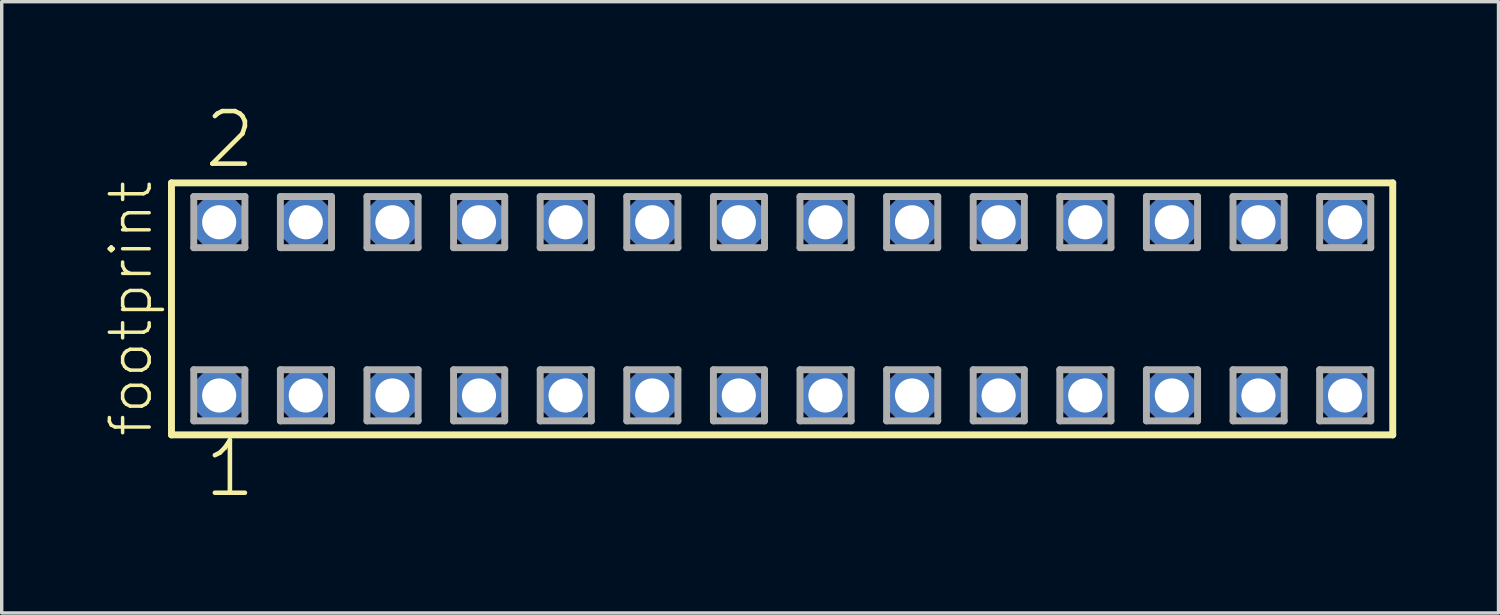
<source format=kicad_pcb>
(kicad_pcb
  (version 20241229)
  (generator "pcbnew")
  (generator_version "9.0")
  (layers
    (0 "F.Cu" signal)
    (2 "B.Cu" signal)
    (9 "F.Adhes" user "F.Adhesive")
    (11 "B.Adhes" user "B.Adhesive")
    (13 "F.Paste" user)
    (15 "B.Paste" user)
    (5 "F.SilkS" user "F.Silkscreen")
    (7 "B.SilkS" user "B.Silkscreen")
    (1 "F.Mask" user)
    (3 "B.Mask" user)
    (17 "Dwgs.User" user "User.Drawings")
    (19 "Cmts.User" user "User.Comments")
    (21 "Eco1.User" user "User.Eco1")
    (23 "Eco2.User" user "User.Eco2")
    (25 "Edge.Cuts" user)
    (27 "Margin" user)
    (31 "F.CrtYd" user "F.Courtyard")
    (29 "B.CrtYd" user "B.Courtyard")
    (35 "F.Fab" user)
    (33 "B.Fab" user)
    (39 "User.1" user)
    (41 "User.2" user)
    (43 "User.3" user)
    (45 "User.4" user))
  (footprint "footprint"
    (layer "F.Cu")
    (at 19.888 6.009)
    (property "Reference" "footprint" (at -18.415 3.81 90) (layer "F.SilkS") (effects (font (size 1.168 1.168) (thickness 0.102)) (justify left bottom)))
    (fp_line (start -17.909 -3.695) (end 17.909 -3.695) (stroke (width 0.203) (type solid)) (layer "F.SilkS"))
    (fp_line (start -17.909 3.695) (end -17.909 -3.695) (stroke (width 0.203) (type solid)) (layer "F.SilkS"))
    (fp_line (start 17.909 -3.695) (end 17.909 3.695) (stroke (width 0.203) (type solid)) (layer "F.SilkS"))
    (fp_line (start 17.909 3.695) (end -17.909 3.695) (stroke (width 0.203) (type solid)) (layer "F.SilkS"))
    (fp_line (start -17.255 -3.295) (end -15.755 -3.295) (stroke (width 0.203) (type solid)) (layer "F.Fab"))
    (fp_line (start -17.255 -1.795) (end -17.255 -3.295) (stroke (width 0.203) (type solid)) (layer "F.Fab"))
    (fp_line (start -17.255 1.785) (end -15.755 1.785) (stroke (width 0.203) (type solid)) (layer "F.Fab"))
    (fp_line (start -17.255 3.285) (end -17.255 1.785) (stroke (width 0.203) (type solid)) (layer "F.Fab"))
    (fp_line (start -15.755 -3.295) (end -15.755 -1.795) (stroke (width 0.203) (type solid)) (layer "F.Fab"))
    (fp_line (start -15.755 -1.795) (end -17.255 -1.795) (stroke (width 0.203) (type solid)) (layer "F.Fab"))
    (fp_line (start -15.755 1.785) (end -15.755 3.285) (stroke (width 0.203) (type solid)) (layer "F.Fab"))
    (fp_line (start -15.755 3.285) (end -17.255 3.285) (stroke (width 0.203) (type solid)) (layer "F.Fab"))
    (fp_line (start -14.715 -3.295) (end -13.215 -3.295) (stroke (width 0.203) (type solid)) (layer "F.Fab"))
    (fp_line (start -14.715 -1.795) (end -14.715 -3.295) (stroke (width 0.203) (type solid)) (layer "F.Fab"))
    (fp_line (start -14.715 1.785) (end -13.215 1.785) (stroke (width 0.203) (type solid)) (layer "F.Fab"))
    (fp_line (start -14.715 3.285) (end -14.715 1.785) (stroke (width 0.203) (type solid)) (layer "F.Fab"))
    (fp_line (start -13.215 -3.295) (end -13.215 -1.795) (stroke (width 0.203) (type solid)) (layer "F.Fab"))
    (fp_line (start -13.215 -1.795) (end -14.715 -1.795) (stroke (width 0.203) (type solid)) (layer "F.Fab"))
    (fp_line (start -13.215 1.785) (end -13.215 3.285) (stroke (width 0.203) (type solid)) (layer "F.Fab"))
    (fp_line (start -13.215 3.285) (end -14.715 3.285) (stroke (width 0.203) (type solid)) (layer "F.Fab"))
    (fp_line (start -12.175 -3.295) (end -10.675 -3.295) (stroke (width 0.203) (type solid)) (layer "F.Fab"))
    (fp_line (start -12.175 -1.795) (end -12.175 -3.295) (stroke (width 0.203) (type solid)) (layer "F.Fab"))
    (fp_line (start -12.175 1.785) (end -10.675 1.785) (stroke (width 0.203) (type solid)) (layer "F.Fab"))
    (fp_line (start -12.175 3.285) (end -12.175 1.785) (stroke (width 0.203) (type solid)) (layer "F.Fab"))
    (fp_line (start -10.675 -3.295) (end -10.675 -1.795) (stroke (width 0.203) (type solid)) (layer "F.Fab"))
    (fp_line (start -10.675 -1.795) (end -12.175 -1.795) (stroke (width 0.203) (type solid)) (layer "F.Fab"))
    (fp_line (start -10.675 1.785) (end -10.675 3.285) (stroke (width 0.203) (type solid)) (layer "F.Fab"))
    (fp_line (start -10.675 3.285) (end -12.175 3.285) (stroke (width 0.203) (type solid)) (layer "F.Fab"))
    (fp_line (start -9.635 -3.295) (end -8.135 -3.295) (stroke (width 0.203) (type solid)) (layer "F.Fab"))
    (fp_line (start -9.635 -1.795) (end -9.635 -3.295) (stroke (width 0.203) (type solid)) (layer "F.Fab"))
    (fp_line (start -9.635 1.785) (end -8.135 1.785) (stroke (width 0.203) (type solid)) (layer "F.Fab"))
    (fp_line (start -9.635 3.285) (end -9.635 1.785) (stroke (width 0.203) (type solid)) (layer "F.Fab"))
    (fp_line (start -8.135 -3.295) (end -8.135 -1.795) (stroke (width 0.203) (type solid)) (layer "F.Fab"))
    (fp_line (start -8.135 -1.795) (end -9.635 -1.795) (stroke (width 0.203) (type solid)) (layer "F.Fab"))
    (fp_line (start -8.135 1.785) (end -8.135 3.285) (stroke (width 0.203) (type solid)) (layer "F.Fab"))
    (fp_line (start -8.135 3.285) (end -9.635 3.285) (stroke (width 0.203) (type solid)) (layer "F.Fab"))
    (fp_line (start -7.095 -3.295) (end -5.595 -3.295) (stroke (width 0.203) (type solid)) (layer "F.Fab"))
    (fp_line (start -7.095 -1.795) (end -7.095 -3.295) (stroke (width 0.203) (type solid)) (layer "F.Fab"))
    (fp_line (start -7.095 1.785) (end -5.595 1.785) (stroke (width 0.203) (type solid)) (layer "F.Fab"))
    (fp_line (start -7.095 3.285) (end -7.095 1.785) (stroke (width 0.203) (type solid)) (layer "F.Fab"))
    (fp_line (start -5.595 -3.295) (end -5.595 -1.795) (stroke (width 0.203) (type solid)) (layer "F.Fab"))
    (fp_line (start -5.595 -1.795) (end -7.095 -1.795) (stroke (width 0.203) (type solid)) (layer "F.Fab"))
    (fp_line (start -5.595 1.785) (end -5.595 3.285) (stroke (width 0.203) (type solid)) (layer "F.Fab"))
    (fp_line (start -5.595 3.285) (end -7.095 3.285) (stroke (width 0.203) (type solid)) (layer "F.Fab"))
    (fp_line (start -4.555 -3.295) (end -3.055 -3.295) (stroke (width 0.203) (type solid)) (layer "F.Fab"))
    (fp_line (start -4.555 -1.795) (end -4.555 -3.295) (stroke (width 0.203) (type solid)) (layer "F.Fab"))
    (fp_line (start -4.555 1.785) (end -3.055 1.785) (stroke (width 0.203) (type solid)) (layer "F.Fab"))
    (fp_line (start -4.555 3.285) (end -4.555 1.785) (stroke (width 0.203) (type solid)) (layer "F.Fab"))
    (fp_line (start -3.055 -3.295) (end -3.055 -1.795) (stroke (width 0.203) (type solid)) (layer "F.Fab"))
    (fp_line (start -3.055 -1.795) (end -4.555 -1.795) (stroke (width 0.203) (type solid)) (layer "F.Fab"))
    (fp_line (start -3.055 1.785) (end -3.055 3.285) (stroke (width 0.203) (type solid)) (layer "F.Fab"))
    (fp_line (start -3.055 3.285) (end -4.555 3.285) (stroke (width 0.203) (type solid)) (layer "F.Fab"))
    (fp_line (start -2.015 -3.295) (end -0.515 -3.295) (stroke (width 0.203) (type solid)) (layer "F.Fab"))
    (fp_line (start -2.015 -1.795) (end -2.015 -3.295) (stroke (width 0.203) (type solid)) (layer "F.Fab"))
    (fp_line (start -2.015 1.785) (end -0.515 1.785) (stroke (width 0.203) (type solid)) (layer "F.Fab"))
    (fp_line (start -2.015 3.285) (end -2.015 1.785) (stroke (width 0.203) (type solid)) (layer "F.Fab"))
    (fp_line (start -0.515 -3.295) (end -0.515 -1.795) (stroke (width 0.203) (type solid)) (layer "F.Fab"))
    (fp_line (start -0.515 -1.795) (end -2.015 -1.795) (stroke (width 0.203) (type solid)) (layer "F.Fab"))
    (fp_line (start -0.515 1.785) (end -0.515 3.285) (stroke (width 0.203) (type solid)) (layer "F.Fab"))
    (fp_line (start -0.515 3.285) (end -2.015 3.285) (stroke (width 0.203) (type solid)) (layer "F.Fab"))
    (fp_line (start 0.525 -3.295) (end 2.025 -3.295) (stroke (width 0.203) (type solid)) (layer "F.Fab"))
    (fp_line (start 0.525 -1.795) (end 0.525 -3.295) (stroke (width 0.203) (type solid)) (layer "F.Fab"))
    (fp_line (start 0.525 1.785) (end 2.025 1.785) (stroke (width 0.203) (type solid)) (layer "F.Fab"))
    (fp_line (start 0.525 3.285) (end 0.525 1.785) (stroke (width 0.203) (type solid)) (layer "F.Fab"))
    (fp_line (start 2.025 -3.295) (end 2.025 -1.795) (stroke (width 0.203) (type solid)) (layer "F.Fab"))
    (fp_line (start 2.025 -1.795) (end 0.525 -1.795) (stroke (width 0.203) (type solid)) (layer "F.Fab"))
    (fp_line (start 2.025 1.785) (end 2.025 3.285) (stroke (width 0.203) (type solid)) (layer "F.Fab"))
    (fp_line (start 2.025 3.285) (end 0.525 3.285) (stroke (width 0.203) (type solid)) (layer "F.Fab"))
    (fp_line (start 3.065 -3.295) (end 4.565 -3.295) (stroke (width 0.203) (type solid)) (layer "F.Fab"))
    (fp_line (start 3.065 -1.795) (end 3.065 -3.295) (stroke (width 0.203) (type solid)) (layer "F.Fab"))
    (fp_line (start 3.065 1.785) (end 4.565 1.785) (stroke (width 0.203) (type solid)) (layer "F.Fab"))
    (fp_line (start 3.065 3.285) (end 3.065 1.785) (stroke (width 0.203) (type solid)) (layer "F.Fab"))
    (fp_line (start 4.565 -3.295) (end 4.565 -1.795) (stroke (width 0.203) (type solid)) (layer "F.Fab"))
    (fp_line (start 4.565 -1.795) (end 3.065 -1.795) (stroke (width 0.203) (type solid)) (layer "F.Fab"))
    (fp_line (start 4.565 1.785) (end 4.565 3.285) (stroke (width 0.203) (type solid)) (layer "F.Fab"))
    (fp_line (start 4.565 3.285) (end 3.065 3.285) (stroke (width 0.203) (type solid)) (layer "F.Fab"))
    (fp_line (start 5.605 -3.295) (end 7.105 -3.295) (stroke (width 0.203) (type solid)) (layer "F.Fab"))
    (fp_line (start 5.605 -1.795) (end 5.605 -3.295) (stroke (width 0.203) (type solid)) (layer "F.Fab"))
    (fp_line (start 5.605 1.785) (end 7.105 1.785) (stroke (width 0.203) (type solid)) (layer "F.Fab"))
    (fp_line (start 5.605 3.285) (end 5.605 1.785) (stroke (width 0.203) (type solid)) (layer "F.Fab"))
    (fp_line (start 7.105 -3.295) (end 7.105 -1.795) (stroke (width 0.203) (type solid)) (layer "F.Fab"))
    (fp_line (start 7.105 -1.795) (end 5.605 -1.795) (stroke (width 0.203) (type solid)) (layer "F.Fab"))
    (fp_line (start 7.105 1.785) (end 7.105 3.285) (stroke (width 0.203) (type solid)) (layer "F.Fab"))
    (fp_line (start 7.105 3.285) (end 5.605 3.285) (stroke (width 0.203) (type solid)) (layer "F.Fab"))
    (fp_line (start 8.145 -3.295) (end 9.645 -3.295) (stroke (width 0.203) (type solid)) (layer "F.Fab"))
    (fp_line (start 8.145 -1.795) (end 8.145 -3.295) (stroke (width 0.203) (type solid)) (layer "F.Fab"))
    (fp_line (start 8.145 1.785) (end 9.645 1.785) (stroke (width 0.203) (type solid)) (layer "F.Fab"))
    (fp_line (start 8.145 3.285) (end 8.145 1.785) (stroke (width 0.203) (type solid)) (layer "F.Fab"))
    (fp_line (start 9.645 -3.295) (end 9.645 -1.795) (stroke (width 0.203) (type solid)) (layer "F.Fab"))
    (fp_line (start 9.645 -1.795) (end 8.145 -1.795) (stroke (width 0.203) (type solid)) (layer "F.Fab"))
    (fp_line (start 9.645 1.785) (end 9.645 3.285) (stroke (width 0.203) (type solid)) (layer "F.Fab"))
    (fp_line (start 9.645 3.285) (end 8.145 3.285) (stroke (width 0.203) (type solid)) (layer "F.Fab"))
    (fp_line (start 10.685 -3.295) (end 12.185 -3.295) (stroke (width 0.203) (type solid)) (layer "F.Fab"))
    (fp_line (start 10.685 -1.795) (end 10.685 -3.295) (stroke (width 0.203) (type solid)) (layer "F.Fab"))
    (fp_line (start 10.685 1.785) (end 12.185 1.785) (stroke (width 0.203) (type solid)) (layer "F.Fab"))
    (fp_line (start 10.685 3.285) (end 10.685 1.785) (stroke (width 0.203) (type solid)) (layer "F.Fab"))
    (fp_line (start 12.185 -3.295) (end 12.185 -1.795) (stroke (width 0.203) (type solid)) (layer "F.Fab"))
    (fp_line (start 12.185 -1.795) (end 10.685 -1.795) (stroke (width 0.203) (type solid)) (layer "F.Fab"))
    (fp_line (start 12.185 1.785) (end 12.185 3.285) (stroke (width 0.203) (type solid)) (layer "F.Fab"))
    (fp_line (start 12.185 3.285) (end 10.685 3.285) (stroke (width 0.203) (type solid)) (layer "F.Fab"))
    (fp_line (start 13.225 -3.295) (end 14.725 -3.295) (stroke (width 0.203) (type solid)) (layer "F.Fab"))
    (fp_line (start 13.225 -1.795) (end 13.225 -3.295) (stroke (width 0.203) (type solid)) (layer "F.Fab"))
    (fp_line (start 13.225 1.785) (end 14.725 1.785) (stroke (width 0.203) (type solid)) (layer "F.Fab"))
    (fp_line (start 13.225 3.285) (end 13.225 1.785) (stroke (width 0.203) (type solid)) (layer "F.Fab"))
    (fp_line (start 14.725 -3.295) (end 14.725 -1.795) (stroke (width 0.203) (type solid)) (layer "F.Fab"))
    (fp_line (start 14.725 -1.795) (end 13.225 -1.795) (stroke (width 0.203) (type solid)) (layer "F.Fab"))
    (fp_line (start 14.725 1.785) (end 14.725 3.285) (stroke (width 0.203) (type solid)) (layer "F.Fab"))
    (fp_line (start 14.725 3.285) (end 13.225 3.285) (stroke (width 0.203) (type solid)) (layer "F.Fab"))
    (fp_line (start 15.765 -3.295) (end 17.265 -3.295) (stroke (width 0.203) (type solid)) (layer "F.Fab"))
    (fp_line (start 15.765 -1.795) (end 15.765 -3.295) (stroke (width 0.203) (type solid)) (layer "F.Fab"))
    (fp_line (start 15.765 1.785) (end 17.265 1.785) (stroke (width 0.203) (type solid)) (layer "F.Fab"))
    (fp_line (start 15.765 3.285) (end 15.765 1.785) (stroke (width 0.203) (type solid)) (layer "F.Fab"))
    (fp_line (start 17.265 -3.295) (end 17.265 -1.795) (stroke (width 0.203) (type solid)) (layer "F.Fab"))
    (fp_line (start 17.265 -1.795) (end 15.765 -1.795) (stroke (width 0.203) (type solid)) (layer "F.Fab"))
    (fp_line (start 17.265 1.785) (end 17.265 3.285) (stroke (width 0.203) (type solid)) (layer "F.Fab"))
    (fp_line (start 17.265 3.285) (end 15.765 3.285) (stroke (width 0.203) (type solid)) (layer "F.Fab"))
    (fp_text user "2" (at -17.018 -4.064 0) (layer "F.SilkS") (effects (font (size 1.542 1.542) (thickness 0.134)) (justify left bottom)))
    (fp_text user "1" (at -17.018 5.588 0) (layer "F.SilkS") (effects (font (size 1.542 1.542) (thickness 0.134)) (justify left bottom)))
    (pad "1" thru_hole roundrect (at -16.51 2.54) (size 1.5 1.5) (drill 1) (layers "*.Cu" "*.Mask") (roundrect_rratio 0.25) (chamfer_ratio 0.25) (chamfer top_left top_right bottom_left bottom_right))
    (pad "2" thru_hole roundrect (at -16.51 -2.54) (size 1.5 1.5) (drill 1) (layers "*.Cu" "*.Mask") (roundrect_rratio 0.25) (chamfer_ratio 0.25) (chamfer top_left top_right bottom_left bottom_right))
    (pad "3" thru_hole roundrect (at -13.97 2.54) (size 1.5 1.5) (drill 1) (layers "*.Cu" "*.Mask") (roundrect_rratio 0.25) (chamfer_ratio 0.25) (chamfer top_left top_right bottom_left bottom_right))
    (pad "4" thru_hole roundrect (at -13.97 -2.54) (size 1.5 1.5) (drill 1) (layers "*.Cu" "*.Mask") (roundrect_rratio 0.25) (chamfer_ratio 0.25) (chamfer top_left top_right bottom_left bottom_right))
    (pad "5" thru_hole roundrect (at -11.43 2.54) (size 1.5 1.5) (drill 1) (layers "*.Cu" "*.Mask") (roundrect_rratio 0.25) (chamfer_ratio 0.25) (chamfer top_left top_right bottom_left bottom_right))
    (pad "6" thru_hole roundrect (at -11.43 -2.54) (size 1.5 1.5) (drill 1) (layers "*.Cu" "*.Mask") (roundrect_rratio 0.25) (chamfer_ratio 0.25) (chamfer top_left top_right bottom_left bottom_right))
    (pad "7" thru_hole roundrect (at -8.89 2.54) (size 1.5 1.5) (drill 1) (layers "*.Cu" "*.Mask") (roundrect_rratio 0.25) (chamfer_ratio 0.25) (chamfer top_left top_right bottom_left bottom_right))
    (pad "8" thru_hole roundrect (at -8.89 -2.54) (size 1.5 1.5) (drill 1) (layers "*.Cu" "*.Mask") (roundrect_rratio 0.25) (chamfer_ratio 0.25) (chamfer top_left top_right bottom_left bottom_right))
    (pad "9" thru_hole roundrect (at -6.35 2.54) (size 1.5 1.5) (drill 1) (layers "*.Cu" "*.Mask") (roundrect_rratio 0.25) (chamfer_ratio 0.25) (chamfer top_left top_right bottom_left bottom_right))
    (pad "10" thru_hole roundrect (at -6.35 -2.54) (size 1.5 1.5) (drill 1) (layers "*.Cu" "*.Mask") (roundrect_rratio 0.25) (chamfer_ratio 0.25) (chamfer top_left top_right bottom_left bottom_right))
    (pad "11" thru_hole roundrect (at -3.81 2.54) (size 1.5 1.5) (drill 1) (layers "*.Cu" "*.Mask") (roundrect_rratio 0.25) (chamfer_ratio 0.25) (chamfer top_left top_right bottom_left bottom_right))
    (pad "12" thru_hole roundrect (at -3.81 -2.54) (size 1.5 1.5) (drill 1) (layers "*.Cu" "*.Mask") (roundrect_rratio 0.25) (chamfer_ratio 0.25) (chamfer top_left top_right bottom_left bottom_right))
    (pad "13" thru_hole roundrect (at -1.27 2.54) (size 1.5 1.5) (drill 1) (layers "*.Cu" "*.Mask") (roundrect_rratio 0.25) (chamfer_ratio 0.25) (chamfer top_left top_right bottom_left bottom_right))
    (pad "14" thru_hole roundrect (at -1.27 -2.54) (size 1.5 1.5) (drill 1) (layers "*.Cu" "*.Mask") (roundrect_rratio 0.25) (chamfer_ratio 0.25) (chamfer top_left top_right bottom_left bottom_right))
    (pad "15" thru_hole roundrect (at 1.27 2.54) (size 1.5 1.5) (drill 1) (layers "*.Cu" "*.Mask") (roundrect_rratio 0.25) (chamfer_ratio 0.25) (chamfer top_left top_right bottom_left bottom_right))
    (pad "16" thru_hole roundrect (at 1.27 -2.54) (size 1.5 1.5) (drill 1) (layers "*.Cu" "*.Mask") (roundrect_rratio 0.25) (chamfer_ratio 0.25) (chamfer top_left top_right bottom_left bottom_right))
    (pad "17" thru_hole roundrect (at 3.81 2.54) (size 1.5 1.5) (drill 1) (layers "*.Cu" "*.Mask") (roundrect_rratio 0.25) (chamfer_ratio 0.25) (chamfer top_left top_right bottom_left bottom_right))
    (pad "18" thru_hole roundrect (at 3.81 -2.54) (size 1.5 1.5) (drill 1) (layers "*.Cu" "*.Mask") (roundrect_rratio 0.25) (chamfer_ratio 0.25) (chamfer top_left top_right bottom_left bottom_right))
    (pad "19" thru_hole roundrect (at 6.35 2.54) (size 1.5 1.5) (drill 1) (layers "*.Cu" "*.Mask") (roundrect_rratio 0.25) (chamfer_ratio 0.25) (chamfer top_left top_right bottom_left bottom_right))
    (pad "20" thru_hole roundrect (at 6.35 -2.54) (size 1.5 1.5) (drill 1) (layers "*.Cu" "*.Mask") (roundrect_rratio 0.25) (chamfer_ratio 0.25) (chamfer top_left top_right bottom_left bottom_right))
    (pad "21" thru_hole roundrect (at 8.89 2.54) (size 1.5 1.5) (drill 1) (layers "*.Cu" "*.Mask") (roundrect_rratio 0.25) (chamfer_ratio 0.25) (chamfer top_left top_right bottom_left bottom_right))
    (pad "22" thru_hole roundrect (at 8.89 -2.54) (size 1.5 1.5) (drill 1) (layers "*.Cu" "*.Mask") (roundrect_rratio 0.25) (chamfer_ratio 0.25) (chamfer top_left top_right bottom_left bottom_right))
    (pad "23" thru_hole roundrect (at 11.43 2.54) (size 1.5 1.5) (drill 1) (layers "*.Cu" "*.Mask") (roundrect_rratio 0.25) (chamfer_ratio 0.25) (chamfer top_left top_right bottom_left bottom_right))
    (pad "24" thru_hole roundrect (at 11.43 -2.54) (size 1.5 1.5) (drill 1) (layers "*.Cu" "*.Mask") (roundrect_rratio 0.25) (chamfer_ratio 0.25) (chamfer top_left top_right bottom_left bottom_right))
    (pad "25" thru_hole roundrect (at 13.97 2.54) (size 1.5 1.5) (drill 1) (layers "*.Cu" "*.Mask") (roundrect_rratio 0.25) (chamfer_ratio 0.25) (chamfer top_left top_right bottom_left bottom_right))
    (pad "26" thru_hole roundrect (at 13.97 -2.54) (size 1.5 1.5) (drill 1) (layers "*.Cu" "*.Mask") (roundrect_rratio 0.25) (chamfer_ratio 0.25) (chamfer top_left top_right bottom_left bottom_right))
    (pad "27" thru_hole roundrect (at 16.51 2.54) (size 1.5 1.5) (drill 1) (layers "*.Cu" "*.Mask") (roundrect_rratio 0.25) (chamfer_ratio 0.25) (chamfer top_left top_right bottom_left bottom_right))
    (pad "28" thru_hole roundrect (at 16.51 -2.54) (size 1.5 1.5) (drill 1) (layers "*.Cu" "*.Mask") (roundrect_rratio 0.25) (chamfer_ratio 0.25) (chamfer top_left top_right bottom_left bottom_right)))
  (gr_rect
    (start -3 -3)
    (end 40.899 14.927)
    (stroke (width 0.1) (type default))
    (fill no)
    (layer "Edge.Cuts")))
</source>
